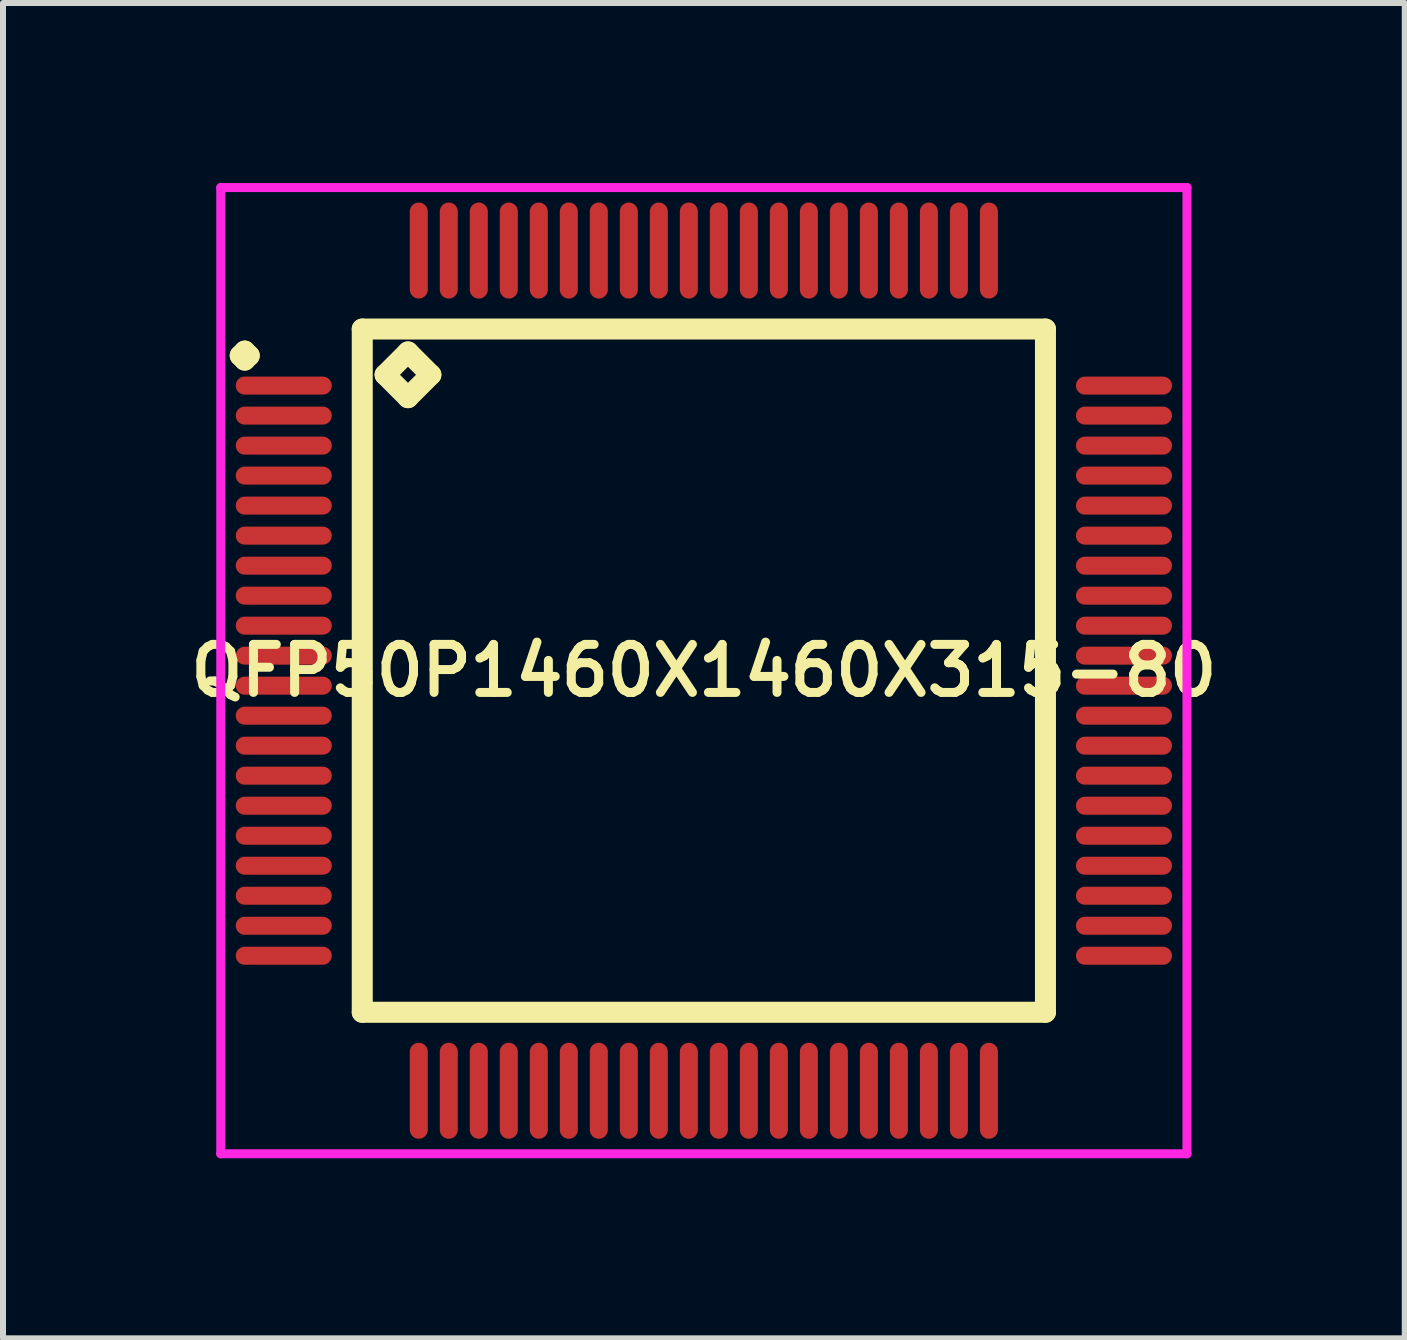
<source format=kicad_pcb>
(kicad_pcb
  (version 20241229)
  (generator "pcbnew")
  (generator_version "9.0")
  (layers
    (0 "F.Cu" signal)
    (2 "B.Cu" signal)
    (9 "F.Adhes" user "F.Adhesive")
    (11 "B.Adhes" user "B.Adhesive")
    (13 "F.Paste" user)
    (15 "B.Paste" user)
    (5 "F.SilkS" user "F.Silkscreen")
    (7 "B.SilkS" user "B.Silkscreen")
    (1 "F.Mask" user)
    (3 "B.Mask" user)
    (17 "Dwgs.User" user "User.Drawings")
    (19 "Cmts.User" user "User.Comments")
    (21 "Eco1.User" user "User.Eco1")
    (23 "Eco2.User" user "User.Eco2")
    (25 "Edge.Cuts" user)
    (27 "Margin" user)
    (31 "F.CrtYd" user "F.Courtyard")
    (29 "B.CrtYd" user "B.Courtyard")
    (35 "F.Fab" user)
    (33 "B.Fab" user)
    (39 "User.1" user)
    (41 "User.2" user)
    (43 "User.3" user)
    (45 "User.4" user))
  (footprint "QFP50P1460X1460X315-80"
    (layer "F.Cu")
    (at 8.678 8.125)
    (property "Reference" "QFP50P1460X1460X315-80" (at 0 0 0) (layer "F.SilkS") (effects (font (size 0.8 0.8) (thickness 0.15))))
    (attr smd)
    (fp_line (start -7.725 -5.25) (end -7.65 -5.325) (stroke (width 0.35) (type solid)) (layer "F.SilkS"))
    (fp_line (start -7.65 -5.325) (end -7.575 -5.25) (stroke (width 0.35) (type solid)) (layer "F.SilkS"))
    (fp_line (start -7.65 -5.175) (end -7.725 -5.25) (stroke (width 0.35) (type solid)) (layer "F.SilkS"))
    (fp_line (start -7.575 -5.25) (end -7.65 -5.175) (stroke (width 0.35) (type solid)) (layer "F.SilkS"))
    (fp_line (start -5.692 -5.692) (end -5.692 5.692) (stroke (width 0.35) (type solid)) (layer "F.SilkS"))
    (fp_line (start -5.692 5.692) (end 5.692 5.692) (stroke (width 0.35) (type solid)) (layer "F.SilkS"))
    (fp_line (start -5.311 -4.93) (end -4.93 -5.311) (stroke (width 0.35) (type solid)) (layer "F.SilkS"))
    (fp_line (start -4.93 -5.311) (end -4.549 -4.93) (stroke (width 0.35) (type solid)) (layer "F.SilkS"))
    (fp_line (start -4.93 -4.549) (end -5.311 -4.93) (stroke (width 0.35) (type solid)) (layer "F.SilkS"))
    (fp_line (start -4.549 -4.93) (end -4.93 -4.549) (stroke (width 0.35) (type solid)) (layer "F.SilkS"))
    (fp_line (start 5.692 -5.692) (end -5.692 -5.692) (stroke (width 0.35) (type solid)) (layer "F.SilkS"))
    (fp_line (start 5.692 5.692) (end 5.692 -5.692) (stroke (width 0.35) (type solid)) (layer "F.SilkS"))
    (fp_line (start -8.05 -8.05) (end 8.05 -8.05) (stroke (width 0.15) (type solid)) (layer "F.CrtYd"))
    (fp_line (start -8.05 8.05) (end -8.05 -8.05) (stroke (width 0.15) (type solid)) (layer "F.CrtYd"))
    (fp_line (start 8.05 -8.05) (end 8.05 8.05) (stroke (width 0.15) (type solid)) (layer "F.CrtYd"))
    (fp_line (start 8.05 8.05) (end -8.05 8.05) (stroke (width 0.15) (type solid)) (layer "F.CrtYd"))
    (pad "1" smd oval (at -7 -4.75) (size 1.6 0.3) (layers "F.Cu" "F.Mask" "F.Paste"))
    (pad "2" smd oval (at -7 -4.25) (size 1.6 0.3) (layers "F.Cu" "F.Mask" "F.Paste"))
    (pad "3" smd oval (at -7 -3.75) (size 1.6 0.3) (layers "F.Cu" "F.Mask" "F.Paste"))
    (pad "4" smd oval (at -7 -3.25) (size 1.6 0.3) (layers "F.Cu" "F.Mask" "F.Paste"))
    (pad "5" smd oval (at -7 -2.75) (size 1.6 0.3) (layers "F.Cu" "F.Mask" "F.Paste"))
    (pad "6" smd oval (at -7 -2.25) (size 1.6 0.3) (layers "F.Cu" "F.Mask" "F.Paste"))
    (pad "7" smd oval (at -7 -1.75) (size 1.6 0.3) (layers "F.Cu" "F.Mask" "F.Paste"))
    (pad "8" smd oval (at -7 -1.25) (size 1.6 0.3) (layers "F.Cu" "F.Mask" "F.Paste"))
    (pad "9" smd oval (at -7 -0.75) (size 1.6 0.3) (layers "F.Cu" "F.Mask" "F.Paste"))
    (pad "10" smd oval (at -7 -0.25) (size 1.6 0.3) (layers "F.Cu" "F.Mask" "F.Paste"))
    (pad "11" smd oval (at -7 0.25) (size 1.6 0.3) (layers "F.Cu" "F.Mask" "F.Paste"))
    (pad "12" smd oval (at -7 0.75) (size 1.6 0.3) (layers "F.Cu" "F.Mask" "F.Paste"))
    (pad "13" smd oval (at -7 1.25) (size 1.6 0.3) (layers "F.Cu" "F.Mask" "F.Paste"))
    (pad "14" smd oval (at -7 1.75) (size 1.6 0.3) (layers "F.Cu" "F.Mask" "F.Paste"))
    (pad "15" smd oval (at -7 2.25) (size 1.6 0.3) (layers "F.Cu" "F.Mask" "F.Paste"))
    (pad "16" smd oval (at -7 2.75) (size 1.6 0.3) (layers "F.Cu" "F.Mask" "F.Paste"))
    (pad "17" smd oval (at -7 3.25) (size 1.6 0.3) (layers "F.Cu" "F.Mask" "F.Paste"))
    (pad "18" smd oval (at -7 3.75) (size 1.6 0.3) (layers "F.Cu" "F.Mask" "F.Paste"))
    (pad "19" smd oval (at -7 4.25) (size 1.6 0.3) (layers "F.Cu" "F.Mask" "F.Paste"))
    (pad "20" smd oval (at -7 4.75) (size 1.6 0.3) (layers "F.Cu" "F.Mask" "F.Paste"))
    (pad "21" smd oval (at -4.75 7) (size 0.3 1.6) (layers "F.Cu" "F.Mask" "F.Paste"))
    (pad "22" smd oval (at -4.25 7) (size 0.3 1.6) (layers "F.Cu" "F.Mask" "F.Paste"))
    (pad "23" smd oval (at -3.75 7) (size 0.3 1.6) (layers "F.Cu" "F.Mask" "F.Paste"))
    (pad "24" smd oval (at -3.25 7) (size 0.3 1.6) (layers "F.Cu" "F.Mask" "F.Paste"))
    (pad "25" smd oval (at -2.75 7) (size 0.3 1.6) (layers "F.Cu" "F.Mask" "F.Paste"))
    (pad "26" smd oval (at -2.25 7) (size 0.3 1.6) (layers "F.Cu" "F.Mask" "F.Paste"))
    (pad "27" smd oval (at -1.75 7) (size 0.3 1.6) (layers "F.Cu" "F.Mask" "F.Paste"))
    (pad "28" smd oval (at -1.25 7) (size 0.3 1.6) (layers "F.Cu" "F.Mask" "F.Paste"))
    (pad "29" smd oval (at -0.75 7) (size 0.3 1.6) (layers "F.Cu" "F.Mask" "F.Paste"))
    (pad "30" smd oval (at -0.25 7) (size 0.3 1.6) (layers "F.Cu" "F.Mask" "F.Paste"))
    (pad "31" smd oval (at 0.25 7) (size 0.3 1.6) (layers "F.Cu" "F.Mask" "F.Paste"))
    (pad "32" smd oval (at 0.75 7) (size 0.3 1.6) (layers "F.Cu" "F.Mask" "F.Paste"))
    (pad "33" smd oval (at 1.25 7) (size 0.3 1.6) (layers "F.Cu" "F.Mask" "F.Paste"))
    (pad "34" smd oval (at 1.75 7) (size 0.3 1.6) (layers "F.Cu" "F.Mask" "F.Paste"))
    (pad "35" smd oval (at 2.25 7) (size 0.3 1.6) (layers "F.Cu" "F.Mask" "F.Paste"))
    (pad "36" smd oval (at 2.75 7) (size 0.3 1.6) (layers "F.Cu" "F.Mask" "F.Paste"))
    (pad "37" smd oval (at 3.25 7) (size 0.3 1.6) (layers "F.Cu" "F.Mask" "F.Paste"))
    (pad "38" smd oval (at 3.75 7) (size 0.3 1.6) (layers "F.Cu" "F.Mask" "F.Paste"))
    (pad "39" smd oval (at 4.25 7) (size 0.3 1.6) (layers "F.Cu" "F.Mask" "F.Paste"))
    (pad "40" smd oval (at 4.75 7) (size 0.3 1.6) (layers "F.Cu" "F.Mask" "F.Paste"))
    (pad "41" smd oval (at 7 4.75) (size 1.6 0.3) (layers "F.Cu" "F.Mask" "F.Paste"))
    (pad "42" smd oval (at 7 4.25) (size 1.6 0.3) (layers "F.Cu" "F.Mask" "F.Paste"))
    (pad "43" smd oval (at 7 3.75) (size 1.6 0.3) (layers "F.Cu" "F.Mask" "F.Paste"))
    (pad "44" smd oval (at 7 3.25) (size 1.6 0.3) (layers "F.Cu" "F.Mask" "F.Paste"))
    (pad "45" smd oval (at 7 2.75) (size 1.6 0.3) (layers "F.Cu" "F.Mask" "F.Paste"))
    (pad "46" smd oval (at 7 2.25) (size 1.6 0.3) (layers "F.Cu" "F.Mask" "F.Paste"))
    (pad "47" smd oval (at 7 1.75) (size 1.6 0.3) (layers "F.Cu" "F.Mask" "F.Paste"))
    (pad "48" smd oval (at 7 1.25) (size 1.6 0.3) (layers "F.Cu" "F.Mask" "F.Paste"))
    (pad "49" smd oval (at 7 0.75) (size 1.6 0.3) (layers "F.Cu" "F.Mask" "F.Paste"))
    (pad "50" smd oval (at 7 0.25) (size 1.6 0.3) (layers "F.Cu" "F.Mask" "F.Paste"))
    (pad "51" smd oval (at 7 -0.25) (size 1.6 0.3) (layers "F.Cu" "F.Mask" "F.Paste"))
    (pad "52" smd oval (at 7 -0.75) (size 1.6 0.3) (layers "F.Cu" "F.Mask" "F.Paste"))
    (pad "53" smd oval (at 7 -1.25) (size 1.6 0.3) (layers "F.Cu" "F.Mask" "F.Paste"))
    (pad "54" smd oval (at 7 -1.75) (size 1.6 0.3) (layers "F.Cu" "F.Mask" "F.Paste"))
    (pad "55" smd oval (at 7 -2.25) (size 1.6 0.3) (layers "F.Cu" "F.Mask" "F.Paste"))
    (pad "56" smd oval (at 7 -2.75) (size 1.6 0.3) (layers "F.Cu" "F.Mask" "F.Paste"))
    (pad "57" smd oval (at 7 -3.25) (size 1.6 0.3) (layers "F.Cu" "F.Mask" "F.Paste"))
    (pad "58" smd oval (at 7 -3.75) (size 1.6 0.3) (layers "F.Cu" "F.Mask" "F.Paste"))
    (pad "59" smd oval (at 7 -4.25) (size 1.6 0.3) (layers "F.Cu" "F.Mask" "F.Paste"))
    (pad "60" smd oval (at 7 -4.75) (size 1.6 0.3) (layers "F.Cu" "F.Mask" "F.Paste"))
    (pad "61" smd oval (at 4.75 -7) (size 0.3 1.6) (layers "F.Cu" "F.Mask" "F.Paste"))
    (pad "62" smd oval (at 4.25 -7) (size 0.3 1.6) (layers "F.Cu" "F.Mask" "F.Paste"))
    (pad "63" smd oval (at 3.75 -7) (size 0.3 1.6) (layers "F.Cu" "F.Mask" "F.Paste"))
    (pad "64" smd oval (at 3.25 -7) (size 0.3 1.6) (layers "F.Cu" "F.Mask" "F.Paste"))
    (pad "65" smd oval (at 2.75 -7) (size 0.3 1.6) (layers "F.Cu" "F.Mask" "F.Paste"))
    (pad "66" smd oval (at 2.25 -7) (size 0.3 1.6) (layers "F.Cu" "F.Mask" "F.Paste"))
    (pad "67" smd oval (at 1.75 -7) (size 0.3 1.6) (layers "F.Cu" "F.Mask" "F.Paste"))
    (pad "68" smd oval (at 1.25 -7) (size 0.3 1.6) (layers "F.Cu" "F.Mask" "F.Paste"))
    (pad "69" smd oval (at 0.75 -7) (size 0.3 1.6) (layers "F.Cu" "F.Mask" "F.Paste"))
    (pad "70" smd oval (at 0.25 -7) (size 0.3 1.6) (layers "F.Cu" "F.Mask" "F.Paste"))
    (pad "71" smd oval (at -0.25 -7) (size 0.3 1.6) (layers "F.Cu" "F.Mask" "F.Paste"))
    (pad "72" smd oval (at -0.75 -7) (size 0.3 1.6) (layers "F.Cu" "F.Mask" "F.Paste"))
    (pad "73" smd oval (at -1.25 -7) (size 0.3 1.6) (layers "F.Cu" "F.Mask" "F.Paste"))
    (pad "74" smd oval (at -1.75 -7) (size 0.3 1.6) (layers "F.Cu" "F.Mask" "F.Paste"))
    (pad "75" smd oval (at -2.25 -7) (size 0.3 1.6) (layers "F.Cu" "F.Mask" "F.Paste"))
    (pad "76" smd oval (at -2.75 -7) (size 0.3 1.6) (layers "F.Cu" "F.Mask" "F.Paste"))
    (pad "77" smd oval (at -3.25 -7) (size 0.3 1.6) (layers "F.Cu" "F.Mask" "F.Paste"))
    (pad "78" smd oval (at -3.75 -7) (size 0.3 1.6) (layers "F.Cu" "F.Mask" "F.Paste"))
    (pad "79" smd oval (at -4.25 -7) (size 0.3 1.6) (layers "F.Cu" "F.Mask" "F.Paste"))
    (pad "80" smd oval (at -4.75 -7) (size 0.3 1.6) (layers "F.Cu" "F.Mask" "F.Paste")))
  (gr_rect
    (start -3 -3)
    (end 20.357 19.25)
    (stroke (width 0.1) (type default))
    (fill no)
    (layer "Edge.Cuts")))
</source>
